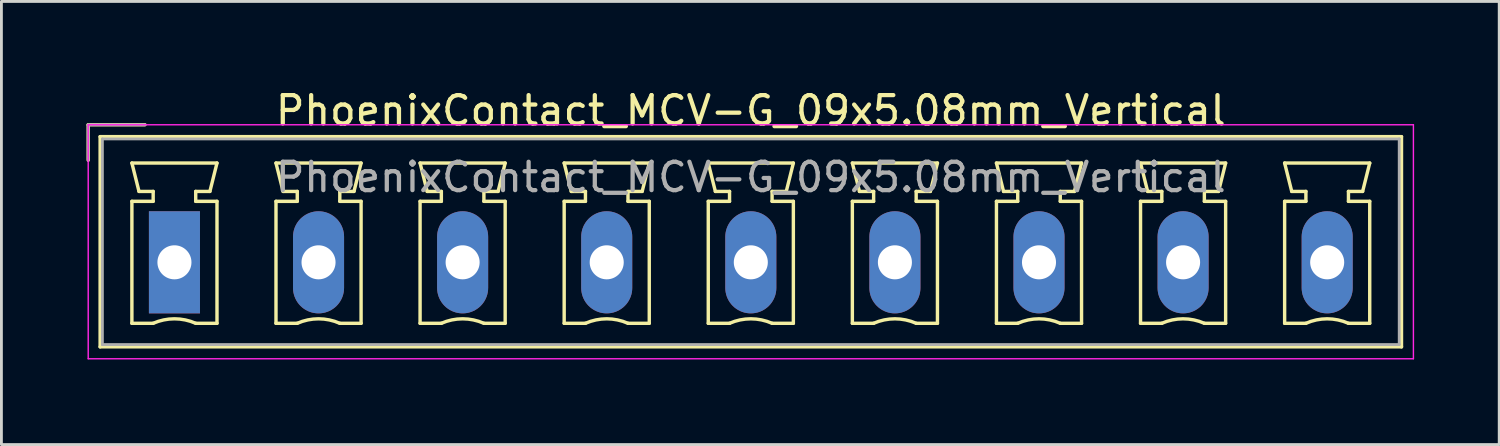
<source format=kicad_pcb>
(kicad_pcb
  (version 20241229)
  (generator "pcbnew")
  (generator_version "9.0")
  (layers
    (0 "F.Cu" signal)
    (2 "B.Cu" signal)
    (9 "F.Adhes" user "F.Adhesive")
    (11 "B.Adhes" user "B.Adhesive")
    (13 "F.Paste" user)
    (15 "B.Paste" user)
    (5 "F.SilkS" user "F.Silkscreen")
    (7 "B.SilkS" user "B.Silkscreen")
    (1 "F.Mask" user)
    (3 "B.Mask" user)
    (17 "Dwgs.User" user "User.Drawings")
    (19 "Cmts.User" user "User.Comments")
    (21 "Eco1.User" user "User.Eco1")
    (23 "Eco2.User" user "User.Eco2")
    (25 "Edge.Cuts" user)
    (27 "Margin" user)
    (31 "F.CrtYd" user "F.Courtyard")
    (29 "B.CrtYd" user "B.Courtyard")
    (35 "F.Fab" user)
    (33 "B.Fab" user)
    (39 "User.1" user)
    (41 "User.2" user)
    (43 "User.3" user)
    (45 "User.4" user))
  (footprint "PhoenixContact_MCV-G_09x5.08mm_Vertical"
    (layer "F.Cu")
    (at 3.1 6.198)
    (property "Reference" "PhoenixContact_MCV-G_09x5.08mm_Vertical" (at 20.32 -5.35 0) (layer "F.SilkS") (effects (font (size 1 1) (thickness 0.15))))
    (attr through_hole)
    (fp_line (start -3.04 -4.85) (end -1.04 -4.85) (stroke (width 0.12) (type solid)) (layer "F.SilkS"))
    (fp_line (start -3.04 -3.6) (end -3.04 -4.85) (stroke (width 0.12) (type solid)) (layer "F.SilkS"))
    (fp_line (start -2.62 -4.43) (end -2.62 2.98) (stroke (width 0.12) (type solid)) (layer "F.SilkS"))
    (fp_line (start -2.62 2.98) (end 43.26 2.98) (stroke (width 0.12) (type solid)) (layer "F.SilkS"))
    (fp_line (start -1.5 -3.5) (end 1.5 -3.5) (stroke (width 0.12) (type solid)) (layer "F.SilkS"))
    (fp_line (start -1.5 -2.15) (end -0.75 -2.15) (stroke (width 0.12) (type solid)) (layer "F.SilkS"))
    (fp_line (start -1.5 2.15) (end -1.5 -2.15) (stroke (width 0.12) (type solid)) (layer "F.SilkS"))
    (fp_line (start -1.25 -2.5) (end -1.5 -3.5) (stroke (width 0.12) (type solid)) (layer "F.SilkS"))
    (fp_line (start -0.75 -2.5) (end -1.25 -2.5) (stroke (width 0.12) (type solid)) (layer "F.SilkS"))
    (fp_line (start -0.75 -2.15) (end -0.75 -2.5) (stroke (width 0.12) (type solid)) (layer "F.SilkS"))
    (fp_line (start -0.75 2.15) (end -1.5 2.15) (stroke (width 0.12) (type solid)) (layer "F.SilkS"))
    (fp_line (start 0.75 -2.5) (end 0.75 -2.15) (stroke (width 0.12) (type solid)) (layer "F.SilkS"))
    (fp_line (start 0.75 -2.15) (end 1.5 -2.15) (stroke (width 0.12) (type solid)) (layer "F.SilkS"))
    (fp_line (start 1.25 -2.5) (end 0.75 -2.5) (stroke (width 0.12) (type solid)) (layer "F.SilkS"))
    (fp_line (start 1.5 -3.5) (end 1.25 -2.5) (stroke (width 0.12) (type solid)) (layer "F.SilkS"))
    (fp_line (start 1.5 -2.15) (end 1.5 2.15) (stroke (width 0.12) (type solid)) (layer "F.SilkS"))
    (fp_line (start 1.5 2.15) (end 0.75 2.15) (stroke (width 0.12) (type solid)) (layer "F.SilkS"))
    (fp_line (start 3.58 -3.5) (end 6.58 -3.5) (stroke (width 0.12) (type solid)) (layer "F.SilkS"))
    (fp_line (start 3.58 -2.15) (end 4.33 -2.15) (stroke (width 0.12) (type solid)) (layer "F.SilkS"))
    (fp_line (start 3.58 2.15) (end 3.58 -2.15) (stroke (width 0.12) (type solid)) (layer "F.SilkS"))
    (fp_line (start 3.83 -2.5) (end 3.58 -3.5) (stroke (width 0.12) (type solid)) (layer "F.SilkS"))
    (fp_line (start 4.33 -2.5) (end 3.83 -2.5) (stroke (width 0.12) (type solid)) (layer "F.SilkS"))
    (fp_line (start 4.33 -2.15) (end 4.33 -2.5) (stroke (width 0.12) (type solid)) (layer "F.SilkS"))
    (fp_line (start 4.33 2.15) (end 3.58 2.15) (stroke (width 0.12) (type solid)) (layer "F.SilkS"))
    (fp_line (start 5.83 -2.5) (end 5.83 -2.15) (stroke (width 0.12) (type solid)) (layer "F.SilkS"))
    (fp_line (start 5.83 -2.15) (end 6.58 -2.15) (stroke (width 0.12) (type solid)) (layer "F.SilkS"))
    (fp_line (start 6.33 -2.5) (end 5.83 -2.5) (stroke (width 0.12) (type solid)) (layer "F.SilkS"))
    (fp_line (start 6.58 -3.5) (end 6.33 -2.5) (stroke (width 0.12) (type solid)) (layer "F.SilkS"))
    (fp_line (start 6.58 -2.15) (end 6.58 2.15) (stroke (width 0.12) (type solid)) (layer "F.SilkS"))
    (fp_line (start 6.58 2.15) (end 5.83 2.15) (stroke (width 0.12) (type solid)) (layer "F.SilkS"))
    (fp_line (start 8.66 -3.5) (end 11.66 -3.5) (stroke (width 0.12) (type solid)) (layer "F.SilkS"))
    (fp_line (start 8.66 -2.15) (end 9.41 -2.15) (stroke (width 0.12) (type solid)) (layer "F.SilkS"))
    (fp_line (start 8.66 2.15) (end 8.66 -2.15) (stroke (width 0.12) (type solid)) (layer "F.SilkS"))
    (fp_line (start 8.91 -2.5) (end 8.66 -3.5) (stroke (width 0.12) (type solid)) (layer "F.SilkS"))
    (fp_line (start 9.41 -2.5) (end 8.91 -2.5) (stroke (width 0.12) (type solid)) (layer "F.SilkS"))
    (fp_line (start 9.41 -2.15) (end 9.41 -2.5) (stroke (width 0.12) (type solid)) (layer "F.SilkS"))
    (fp_line (start 9.41 2.15) (end 8.66 2.15) (stroke (width 0.12) (type solid)) (layer "F.SilkS"))
    (fp_line (start 10.91 -2.5) (end 10.91 -2.15) (stroke (width 0.12) (type solid)) (layer "F.SilkS"))
    (fp_line (start 10.91 -2.15) (end 11.66 -2.15) (stroke (width 0.12) (type solid)) (layer "F.SilkS"))
    (fp_line (start 11.41 -2.5) (end 10.91 -2.5) (stroke (width 0.12) (type solid)) (layer "F.SilkS"))
    (fp_line (start 11.66 -3.5) (end 11.41 -2.5) (stroke (width 0.12) (type solid)) (layer "F.SilkS"))
    (fp_line (start 11.66 -2.15) (end 11.66 2.15) (stroke (width 0.12) (type solid)) (layer "F.SilkS"))
    (fp_line (start 11.66 2.15) (end 10.91 2.15) (stroke (width 0.12) (type solid)) (layer "F.SilkS"))
    (fp_line (start 13.74 -3.5) (end 16.74 -3.5) (stroke (width 0.12) (type solid)) (layer "F.SilkS"))
    (fp_line (start 13.74 -2.15) (end 14.49 -2.15) (stroke (width 0.12) (type solid)) (layer "F.SilkS"))
    (fp_line (start 13.74 2.15) (end 13.74 -2.15) (stroke (width 0.12) (type solid)) (layer "F.SilkS"))
    (fp_line (start 13.99 -2.5) (end 13.74 -3.5) (stroke (width 0.12) (type solid)) (layer "F.SilkS"))
    (fp_line (start 14.49 -2.5) (end 13.99 -2.5) (stroke (width 0.12) (type solid)) (layer "F.SilkS"))
    (fp_line (start 14.49 -2.15) (end 14.49 -2.5) (stroke (width 0.12) (type solid)) (layer "F.SilkS"))
    (fp_line (start 14.49 2.15) (end 13.74 2.15) (stroke (width 0.12) (type solid)) (layer "F.SilkS"))
    (fp_line (start 15.99 -2.5) (end 15.99 -2.15) (stroke (width 0.12) (type solid)) (layer "F.SilkS"))
    (fp_line (start 15.99 -2.15) (end 16.74 -2.15) (stroke (width 0.12) (type solid)) (layer "F.SilkS"))
    (fp_line (start 16.49 -2.5) (end 15.99 -2.5) (stroke (width 0.12) (type solid)) (layer "F.SilkS"))
    (fp_line (start 16.74 -3.5) (end 16.49 -2.5) (stroke (width 0.12) (type solid)) (layer "F.SilkS"))
    (fp_line (start 16.74 -2.15) (end 16.74 2.15) (stroke (width 0.12) (type solid)) (layer "F.SilkS"))
    (fp_line (start 16.74 2.15) (end 15.99 2.15) (stroke (width 0.12) (type solid)) (layer "F.SilkS"))
    (fp_line (start 18.82 -3.5) (end 21.82 -3.5) (stroke (width 0.12) (type solid)) (layer "F.SilkS"))
    (fp_line (start 18.82 -2.15) (end 19.57 -2.15) (stroke (width 0.12) (type solid)) (layer "F.SilkS"))
    (fp_line (start 18.82 2.15) (end 18.82 -2.15) (stroke (width 0.12) (type solid)) (layer "F.SilkS"))
    (fp_line (start 19.07 -2.5) (end 18.82 -3.5) (stroke (width 0.12) (type solid)) (layer "F.SilkS"))
    (fp_line (start 19.57 -2.5) (end 19.07 -2.5) (stroke (width 0.12) (type solid)) (layer "F.SilkS"))
    (fp_line (start 19.57 -2.15) (end 19.57 -2.5) (stroke (width 0.12) (type solid)) (layer "F.SilkS"))
    (fp_line (start 19.57 2.15) (end 18.82 2.15) (stroke (width 0.12) (type solid)) (layer "F.SilkS"))
    (fp_line (start 21.07 -2.5) (end 21.07 -2.15) (stroke (width 0.12) (type solid)) (layer "F.SilkS"))
    (fp_line (start 21.07 -2.15) (end 21.82 -2.15) (stroke (width 0.12) (type solid)) (layer "F.SilkS"))
    (fp_line (start 21.57 -2.5) (end 21.07 -2.5) (stroke (width 0.12) (type solid)) (layer "F.SilkS"))
    (fp_line (start 21.82 -3.5) (end 21.57 -2.5) (stroke (width 0.12) (type solid)) (layer "F.SilkS"))
    (fp_line (start 21.82 -2.15) (end 21.82 2.15) (stroke (width 0.12) (type solid)) (layer "F.SilkS"))
    (fp_line (start 21.82 2.15) (end 21.07 2.15) (stroke (width 0.12) (type solid)) (layer "F.SilkS"))
    (fp_line (start 23.9 -3.5) (end 26.9 -3.5) (stroke (width 0.12) (type solid)) (layer "F.SilkS"))
    (fp_line (start 23.9 -2.15) (end 24.65 -2.15) (stroke (width 0.12) (type solid)) (layer "F.SilkS"))
    (fp_line (start 23.9 2.15) (end 23.9 -2.15) (stroke (width 0.12) (type solid)) (layer "F.SilkS"))
    (fp_line (start 24.15 -2.5) (end 23.9 -3.5) (stroke (width 0.12) (type solid)) (layer "F.SilkS"))
    (fp_line (start 24.65 -2.5) (end 24.15 -2.5) (stroke (width 0.12) (type solid)) (layer "F.SilkS"))
    (fp_line (start 24.65 -2.15) (end 24.65 -2.5) (stroke (width 0.12) (type solid)) (layer "F.SilkS"))
    (fp_line (start 24.65 2.15) (end 23.9 2.15) (stroke (width 0.12) (type solid)) (layer "F.SilkS"))
    (fp_line (start 26.15 -2.5) (end 26.15 -2.15) (stroke (width 0.12) (type solid)) (layer "F.SilkS"))
    (fp_line (start 26.15 -2.15) (end 26.9 -2.15) (stroke (width 0.12) (type solid)) (layer "F.SilkS"))
    (fp_line (start 26.65 -2.5) (end 26.15 -2.5) (stroke (width 0.12) (type solid)) (layer "F.SilkS"))
    (fp_line (start 26.9 -3.5) (end 26.65 -2.5) (stroke (width 0.12) (type solid)) (layer "F.SilkS"))
    (fp_line (start 26.9 -2.15) (end 26.9 2.15) (stroke (width 0.12) (type solid)) (layer "F.SilkS"))
    (fp_line (start 26.9 2.15) (end 26.15 2.15) (stroke (width 0.12) (type solid)) (layer "F.SilkS"))
    (fp_line (start 28.98 -3.5) (end 31.98 -3.5) (stroke (width 0.12) (type solid)) (layer "F.SilkS"))
    (fp_line (start 28.98 -2.15) (end 29.73 -2.15) (stroke (width 0.12) (type solid)) (layer "F.SilkS"))
    (fp_line (start 28.98 2.15) (end 28.98 -2.15) (stroke (width 0.12) (type solid)) (layer "F.SilkS"))
    (fp_line (start 29.23 -2.5) (end 28.98 -3.5) (stroke (width 0.12) (type solid)) (layer "F.SilkS"))
    (fp_line (start 29.73 -2.5) (end 29.23 -2.5) (stroke (width 0.12) (type solid)) (layer "F.SilkS"))
    (fp_line (start 29.73 -2.15) (end 29.73 -2.5) (stroke (width 0.12) (type solid)) (layer "F.SilkS"))
    (fp_line (start 29.73 2.15) (end 28.98 2.15) (stroke (width 0.12) (type solid)) (layer "F.SilkS"))
    (fp_line (start 31.23 -2.5) (end 31.23 -2.15) (stroke (width 0.12) (type solid)) (layer "F.SilkS"))
    (fp_line (start 31.23 -2.15) (end 31.98 -2.15) (stroke (width 0.12) (type solid)) (layer "F.SilkS"))
    (fp_line (start 31.73 -2.5) (end 31.23 -2.5) (stroke (width 0.12) (type solid)) (layer "F.SilkS"))
    (fp_line (start 31.98 -3.5) (end 31.73 -2.5) (stroke (width 0.12) (type solid)) (layer "F.SilkS"))
    (fp_line (start 31.98 -2.15) (end 31.98 2.15) (stroke (width 0.12) (type solid)) (layer "F.SilkS"))
    (fp_line (start 31.98 2.15) (end 31.23 2.15) (stroke (width 0.12) (type solid)) (layer "F.SilkS"))
    (fp_line (start 34.06 -3.5) (end 37.06 -3.5) (stroke (width 0.12) (type solid)) (layer "F.SilkS"))
    (fp_line (start 34.06 -2.15) (end 34.81 -2.15) (stroke (width 0.12) (type solid)) (layer "F.SilkS"))
    (fp_line (start 34.06 2.15) (end 34.06 -2.15) (stroke (width 0.12) (type solid)) (layer "F.SilkS"))
    (fp_line (start 34.31 -2.5) (end 34.06 -3.5) (stroke (width 0.12) (type solid)) (layer "F.SilkS"))
    (fp_line (start 34.81 -2.5) (end 34.31 -2.5) (stroke (width 0.12) (type solid)) (layer "F.SilkS"))
    (fp_line (start 34.81 -2.15) (end 34.81 -2.5) (stroke (width 0.12) (type solid)) (layer "F.SilkS"))
    (fp_line (start 34.81 2.15) (end 34.06 2.15) (stroke (width 0.12) (type solid)) (layer "F.SilkS"))
    (fp_line (start 36.31 -2.5) (end 36.31 -2.15) (stroke (width 0.12) (type solid)) (layer "F.SilkS"))
    (fp_line (start 36.31 -2.15) (end 37.06 -2.15) (stroke (width 0.12) (type solid)) (layer "F.SilkS"))
    (fp_line (start 36.81 -2.5) (end 36.31 -2.5) (stroke (width 0.12) (type solid)) (layer "F.SilkS"))
    (fp_line (start 37.06 -3.5) (end 36.81 -2.5) (stroke (width 0.12) (type solid)) (layer "F.SilkS"))
    (fp_line (start 37.06 -2.15) (end 37.06 2.15) (stroke (width 0.12) (type solid)) (layer "F.SilkS"))
    (fp_line (start 37.06 2.15) (end 36.31 2.15) (stroke (width 0.12) (type solid)) (layer "F.SilkS"))
    (fp_line (start 39.14 -3.5) (end 42.14 -3.5) (stroke (width 0.12) (type solid)) (layer "F.SilkS"))
    (fp_line (start 39.14 -2.15) (end 39.89 -2.15) (stroke (width 0.12) (type solid)) (layer "F.SilkS"))
    (fp_line (start 39.14 2.15) (end 39.14 -2.15) (stroke (width 0.12) (type solid)) (layer "F.SilkS"))
    (fp_line (start 39.39 -2.5) (end 39.14 -3.5) (stroke (width 0.12) (type solid)) (layer "F.SilkS"))
    (fp_line (start 39.89 -2.5) (end 39.39 -2.5) (stroke (width 0.12) (type solid)) (layer "F.SilkS"))
    (fp_line (start 39.89 -2.15) (end 39.89 -2.5) (stroke (width 0.12) (type solid)) (layer "F.SilkS"))
    (fp_line (start 39.89 2.15) (end 39.14 2.15) (stroke (width 0.12) (type solid)) (layer "F.SilkS"))
    (fp_line (start 41.39 -2.5) (end 41.39 -2.15) (stroke (width 0.12) (type solid)) (layer "F.SilkS"))
    (fp_line (start 41.39 -2.15) (end 42.14 -2.15) (stroke (width 0.12) (type solid)) (layer "F.SilkS"))
    (fp_line (start 41.89 -2.5) (end 41.39 -2.5) (stroke (width 0.12) (type solid)) (layer "F.SilkS"))
    (fp_line (start 42.14 -3.5) (end 41.89 -2.5) (stroke (width 0.12) (type solid)) (layer "F.SilkS"))
    (fp_line (start 42.14 -2.15) (end 42.14 2.15) (stroke (width 0.12) (type solid)) (layer "F.SilkS"))
    (fp_line (start 42.14 2.15) (end 41.39 2.15) (stroke (width 0.12) (type solid)) (layer "F.SilkS"))
    (fp_line (start 43.26 -4.43) (end -2.62 -4.43) (stroke (width 0.12) (type solid)) (layer "F.SilkS"))
    (fp_line (start 43.26 2.98) (end 43.26 -4.43) (stroke (width 0.12) (type solid)) (layer "F.SilkS"))
    (fp_arc (start -0.75 2.15) (mid -0.000193 1.99191) (end 0.749647 2.149844) (stroke (width 0.12) (type solid)) (layer "F.SilkS"))
    (fp_arc (start 4.33 2.15) (mid 5.079807 1.99191) (end 5.829647 2.149844) (stroke (width 0.12) (type solid)) (layer "F.SilkS"))
    (fp_arc (start 9.41 2.15) (mid 10.159807 1.99191) (end 10.909647 2.149844) (stroke (width 0.12) (type solid)) (layer "F.SilkS"))
    (fp_arc (start 14.49 2.15) (mid 15.239807 1.99191) (end 15.989647 2.149844) (stroke (width 0.12) (type solid)) (layer "F.SilkS"))
    (fp_arc (start 19.57 2.15) (mid 20.319807 1.99191) (end 21.069647 2.149844) (stroke (width 0.12) (type solid)) (layer "F.SilkS"))
    (fp_arc (start 24.65 2.15) (mid 25.399807 1.99191) (end 26.149647 2.149844) (stroke (width 0.12) (type solid)) (layer "F.SilkS"))
    (fp_arc (start 29.73 2.15) (mid 30.479807 1.99191) (end 31.229647 2.149844) (stroke (width 0.12) (type solid)) (layer "F.SilkS"))
    (fp_arc (start 34.81 2.15) (mid 35.559807 1.99191) (end 36.309647 2.149844) (stroke (width 0.12) (type solid)) (layer "F.SilkS"))
    (fp_arc (start 39.89 2.15) (mid 40.639807 1.99191) (end 41.389647 2.149844) (stroke (width 0.12) (type solid)) (layer "F.SilkS"))
    (fp_line (start -3.04 -4.85) (end -3.04 3.4) (stroke (width 0.05) (type solid)) (layer "F.CrtYd"))
    (fp_line (start -3.04 3.4) (end 43.68 3.4) (stroke (width 0.05) (type solid)) (layer "F.CrtYd"))
    (fp_line (start 43.68 -4.85) (end -3.04 -4.85) (stroke (width 0.05) (type solid)) (layer "F.CrtYd"))
    (fp_line (start 43.68 3.4) (end 43.68 -4.85) (stroke (width 0.05) (type solid)) (layer "F.CrtYd"))
    (fp_line (start -3.04 -4.85) (end -1.04 -4.85) (stroke (width 0.1) (type solid)) (layer "F.Fab"))
    (fp_line (start -3.04 -3.6) (end -3.04 -4.85) (stroke (width 0.1) (type solid)) (layer "F.Fab"))
    (fp_line (start -2.54 -4.35) (end -2.54 2.9) (stroke (width 0.1) (type solid)) (layer "F.Fab"))
    (fp_line (start -2.54 2.9) (end 43.18 2.9) (stroke (width 0.1) (type solid)) (layer "F.Fab"))
    (fp_line (start 43.18 -4.35) (end -2.54 -4.35) (stroke (width 0.1) (type solid)) (layer "F.Fab"))
    (fp_line (start 43.18 2.9) (end 43.18 -4.35) (stroke (width 0.1) (type solid)) (layer "F.Fab"))
    (fp_text user "${REFERENCE}" (at 20.32 -3 0) (layer "F.Fab") (effects (font (size 1 1) (thickness 0.15))))
    (pad "1" thru_hole rect (at 0 0) (size 1.8 3.6) (drill 1.2) (layers "*.Cu" "*.Mask"))
    (pad "2" thru_hole oval (at 5.08 0) (size 1.8 3.6) (drill 1.2) (layers "*.Cu" "*.Mask"))
    (pad "3" thru_hole oval (at 10.16 0) (size 1.8 3.6) (drill 1.2) (layers "*.Cu" "*.Mask"))
    (pad "4" thru_hole oval (at 15.24 0) (size 1.8 3.6) (drill 1.2) (layers "*.Cu" "*.Mask"))
    (pad "5" thru_hole oval (at 20.32 0) (size 1.8 3.6) (drill 1.2) (layers "*.Cu" "*.Mask"))
    (pad "6" thru_hole oval (at 25.4 0) (size 1.8 3.6) (drill 1.2) (layers "*.Cu" "*.Mask"))
    (pad "7" thru_hole oval (at 30.48 0) (size 1.8 3.6) (drill 1.2) (layers "*.Cu" "*.Mask"))
    (pad "8" thru_hole oval (at 35.56 0) (size 1.8 3.6) (drill 1.2) (layers "*.Cu" "*.Mask"))
    (pad "9" thru_hole oval (at 40.64 0) (size 1.8 3.6) (drill 1.2) (layers "*.Cu" "*.Mask")))
  (gr_rect
    (start -3 -3)
    (end 49.805 12.623)
    (stroke (width 0.1) (type default))
    (fill no)
    (layer "Edge.Cuts")))
</source>
